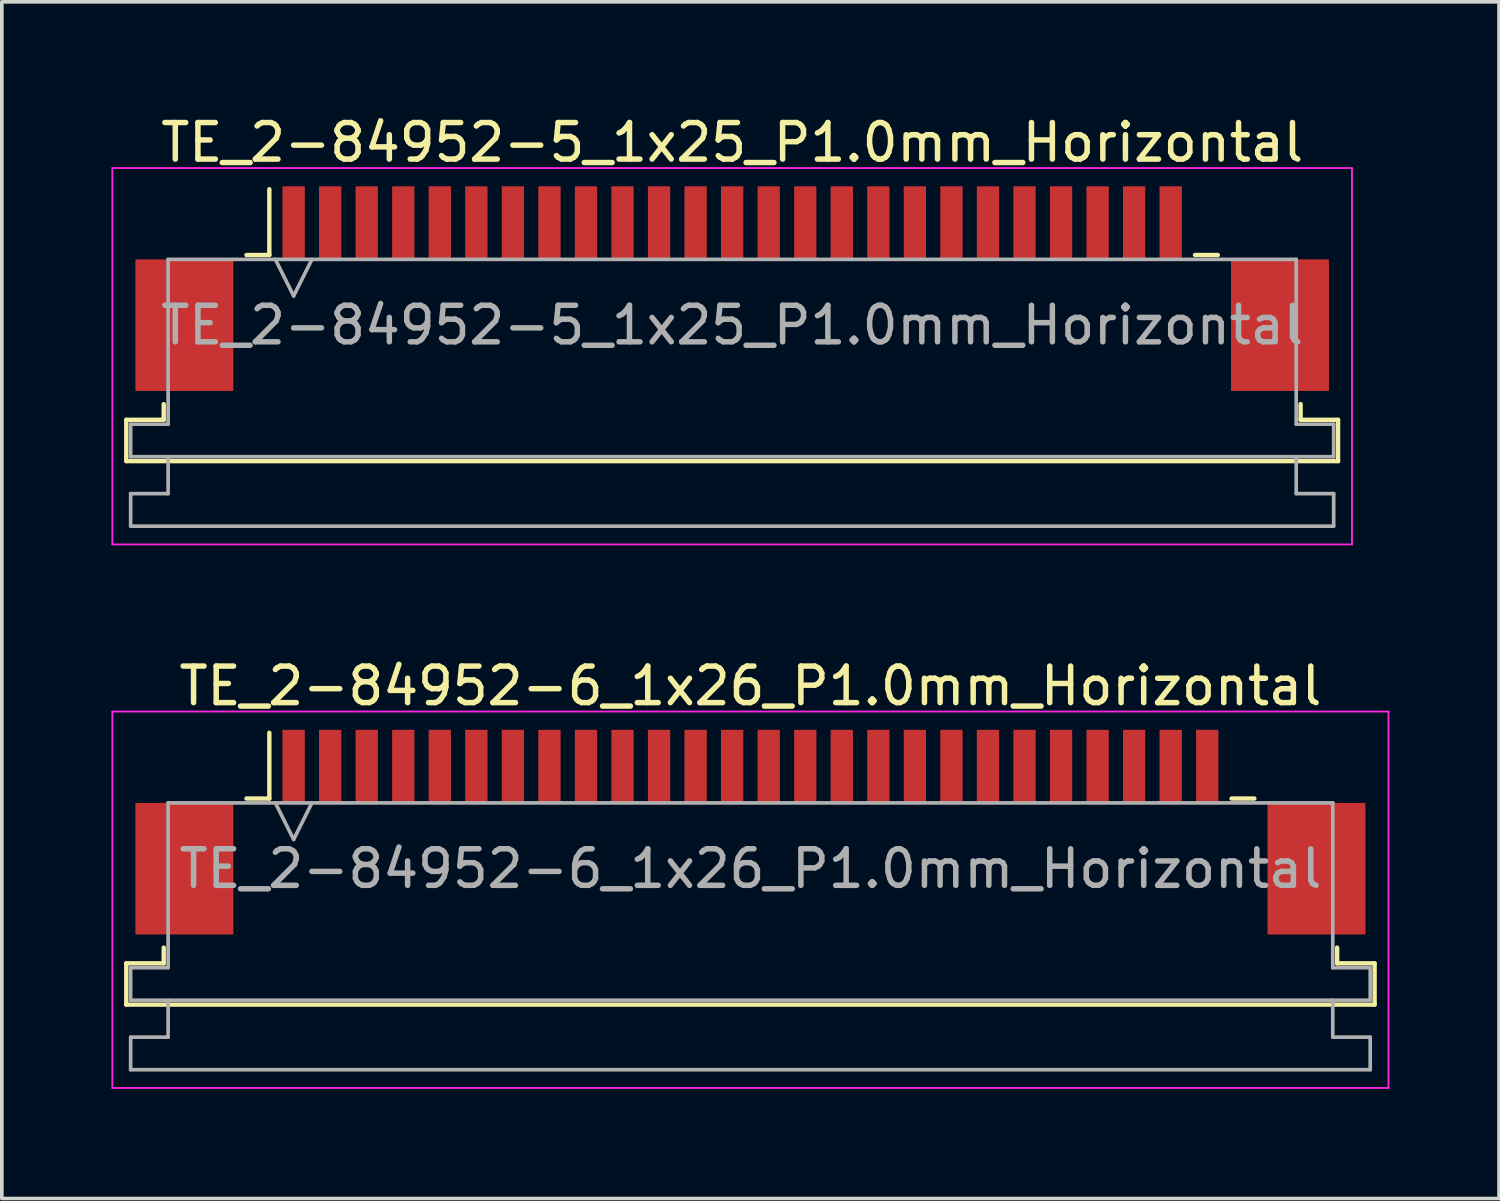
<source format=kicad_pcb>
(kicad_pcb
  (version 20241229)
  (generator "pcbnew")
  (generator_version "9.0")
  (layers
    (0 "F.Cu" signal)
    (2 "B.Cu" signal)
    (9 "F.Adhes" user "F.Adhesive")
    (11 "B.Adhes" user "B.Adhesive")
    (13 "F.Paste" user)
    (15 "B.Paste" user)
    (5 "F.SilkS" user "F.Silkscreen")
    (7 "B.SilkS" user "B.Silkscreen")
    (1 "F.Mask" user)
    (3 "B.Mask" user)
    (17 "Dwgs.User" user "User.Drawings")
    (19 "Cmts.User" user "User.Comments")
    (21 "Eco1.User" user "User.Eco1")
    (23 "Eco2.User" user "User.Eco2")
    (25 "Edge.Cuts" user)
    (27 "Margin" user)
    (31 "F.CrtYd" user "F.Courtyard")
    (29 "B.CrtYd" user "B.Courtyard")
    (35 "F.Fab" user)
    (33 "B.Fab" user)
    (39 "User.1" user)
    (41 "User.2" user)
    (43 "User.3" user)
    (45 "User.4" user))
  (footprint "TE_2-84952-6_1x26_P1.0mm_Horizontal"
    (layer "F.Cu")
    (at 17.485 19.721)
    (property "Reference" "TE_2-84952-6_1x26_P1.0mm_Horizontal" (at 0 -4 0) (layer "F.SilkS") (effects (font (size 1 1) (thickness 0.15))))
    (attr smd)
    (fp_line (start -17.08 3.59) (end -16.055 3.59) (stroke (width 0.12) (type solid)) (layer "F.SilkS"))
    (fp_line (start -17.08 4.72) (end -17.08 3.59) (stroke (width 0.12) (type solid)) (layer "F.SilkS"))
    (fp_line (start -16.055 3.59) (end -16.055 3.16) (stroke (width 0.12) (type solid)) (layer "F.SilkS"))
    (fp_line (start -13.79 -0.92) (end -13.165 -0.92) (stroke (width 0.12) (type solid)) (layer "F.SilkS"))
    (fp_line (start -13.165 -0.92) (end -13.165 -2.72) (stroke (width 0.12) (type solid)) (layer "F.SilkS"))
    (fp_line (start 13.165 -0.92) (end 13.79 -0.92) (stroke (width 0.12) (type solid)) (layer "F.SilkS"))
    (fp_line (start 16.055 3.16) (end 16.055 3.59) (stroke (width 0.12) (type solid)) (layer "F.SilkS"))
    (fp_line (start 16.055 3.59) (end 17.08 3.59) (stroke (width 0.12) (type solid)) (layer "F.SilkS"))
    (fp_line (start 17.08 3.59) (end 17.08 4.72) (stroke (width 0.12) (type solid)) (layer "F.SilkS"))
    (fp_line (start 17.08 4.72) (end -17.08 4.72) (stroke (width 0.12) (type solid)) (layer "F.SilkS"))
    (fp_line (start -17.46 -3.3) (end -17.46 7) (stroke (width 0.05) (type solid)) (layer "F.CrtYd"))
    (fp_line (start -17.46 7) (end 17.46 7) (stroke (width 0.05) (type solid)) (layer "F.CrtYd"))
    (fp_line (start 17.46 -3.3) (end -17.46 -3.3) (stroke (width 0.05) (type solid)) (layer "F.CrtYd"))
    (fp_line (start 17.46 7) (end 17.46 -3.3) (stroke (width 0.05) (type solid)) (layer "F.CrtYd"))
    (fp_line (start -16.96 3.71) (end -15.935 3.71) (stroke (width 0.1) (type solid)) (layer "F.Fab"))
    (fp_line (start -16.96 4.6) (end -16.96 3.71) (stroke (width 0.1) (type solid)) (layer "F.Fab"))
    (fp_line (start -16.96 5.61) (end -15.935 5.61) (stroke (width 0.1) (type solid)) (layer "F.Fab"))
    (fp_line (start -16.96 6.5) (end -16.96 5.61) (stroke (width 0.1) (type solid)) (layer "F.Fab"))
    (fp_line (start -15.935 -0.8) (end 15.935 -0.8) (stroke (width 0.1) (type solid)) (layer "F.Fab"))
    (fp_line (start -15.935 3.71) (end -15.935 -0.8) (stroke (width 0.1) (type solid)) (layer "F.Fab"))
    (fp_line (start -15.935 5.61) (end -15.935 4.6) (stroke (width 0.1) (type solid)) (layer "F.Fab"))
    (fp_line (start -13 -0.8) (end -12.5 0.2) (stroke (width 0.1) (type solid)) (layer "F.Fab"))
    (fp_line (start -12.5 0.2) (end -12 -0.8) (stroke (width 0.1) (type solid)) (layer "F.Fab"))
    (fp_line (start 15.935 -0.8) (end 15.935 3.71) (stroke (width 0.1) (type solid)) (layer "F.Fab"))
    (fp_line (start 15.935 3.71) (end 16.96 3.71) (stroke (width 0.1) (type solid)) (layer "F.Fab"))
    (fp_line (start 15.935 4.6) (end 15.935 5.61) (stroke (width 0.1) (type solid)) (layer "F.Fab"))
    (fp_line (start 15.935 5.61) (end 16.96 5.61) (stroke (width 0.1) (type solid)) (layer "F.Fab"))
    (fp_line (start 16.96 3.71) (end 16.96 4.6) (stroke (width 0.1) (type solid)) (layer "F.Fab"))
    (fp_line (start 16.96 4.6) (end -16.96 4.6) (stroke (width 0.1) (type solid)) (layer "F.Fab"))
    (fp_line (start 16.96 5.61) (end 16.96 6.5) (stroke (width 0.1) (type solid)) (layer "F.Fab"))
    (fp_line (start 16.96 6.5) (end -16.96 6.5) (stroke (width 0.1) (type solid)) (layer "F.Fab"))
    (fp_text user "${REFERENCE}" (at 0 1 0) (layer "F.Fab") (effects (font (size 1 1) (thickness 0.15))))
    (pad "" smd rect (at -15.49 1) (size 2.68 3.6) (layers "F.Cu" "F.Mask" "F.Paste"))
    (pad "" smd rect (at 15.49 1) (size 2.68 3.6) (layers "F.Cu" "F.Mask" "F.Paste"))
    (pad "1" smd rect (at -12.5 -1.8) (size 0.61 2) (layers "F.Cu" "F.Mask" "F.Paste"))
    (pad "2" smd rect (at -11.5 -1.8) (size 0.61 2) (layers "F.Cu" "F.Mask" "F.Paste"))
    (pad "3" smd rect (at -10.5 -1.8) (size 0.61 2) (layers "F.Cu" "F.Mask" "F.Paste"))
    (pad "4" smd rect (at -9.5 -1.8) (size 0.61 2) (layers "F.Cu" "F.Mask" "F.Paste"))
    (pad "5" smd rect (at -8.5 -1.8) (size 0.61 2) (layers "F.Cu" "F.Mask" "F.Paste"))
    (pad "6" smd rect (at -7.5 -1.8) (size 0.61 2) (layers "F.Cu" "F.Mask" "F.Paste"))
    (pad "7" smd rect (at -6.5 -1.8) (size 0.61 2) (layers "F.Cu" "F.Mask" "F.Paste"))
    (pad "8" smd rect (at -5.5 -1.8) (size 0.61 2) (layers "F.Cu" "F.Mask" "F.Paste"))
    (pad "9" smd rect (at -4.5 -1.8) (size 0.61 2) (layers "F.Cu" "F.Mask" "F.Paste"))
    (pad "10" smd rect (at -3.5 -1.8) (size 0.61 2) (layers "F.Cu" "F.Mask" "F.Paste"))
    (pad "11" smd rect (at -2.5 -1.8) (size 0.61 2) (layers "F.Cu" "F.Mask" "F.Paste"))
    (pad "12" smd rect (at -1.5 -1.8) (size 0.61 2) (layers "F.Cu" "F.Mask" "F.Paste"))
    (pad "13" smd rect (at -0.5 -1.8) (size 0.61 2) (layers "F.Cu" "F.Mask" "F.Paste"))
    (pad "14" smd rect (at 0.5 -1.8) (size 0.61 2) (layers "F.Cu" "F.Mask" "F.Paste"))
    (pad "15" smd rect (at 1.5 -1.8) (size 0.61 2) (layers "F.Cu" "F.Mask" "F.Paste"))
    (pad "16" smd rect (at 2.5 -1.8) (size 0.61 2) (layers "F.Cu" "F.Mask" "F.Paste"))
    (pad "17" smd rect (at 3.5 -1.8) (size 0.61 2) (layers "F.Cu" "F.Mask" "F.Paste"))
    (pad "18" smd rect (at 4.5 -1.8) (size 0.61 2) (layers "F.Cu" "F.Mask" "F.Paste"))
    (pad "19" smd rect (at 5.5 -1.8) (size 0.61 2) (layers "F.Cu" "F.Mask" "F.Paste"))
    (pad "20" smd rect (at 6.5 -1.8) (size 0.61 2) (layers "F.Cu" "F.Mask" "F.Paste"))
    (pad "21" smd rect (at 7.5 -1.8) (size 0.61 2) (layers "F.Cu" "F.Mask" "F.Paste"))
    (pad "22" smd rect (at 8.5 -1.8) (size 0.61 2) (layers "F.Cu" "F.Mask" "F.Paste"))
    (pad "23" smd rect (at 9.5 -1.8) (size 0.61 2) (layers "F.Cu" "F.Mask" "F.Paste"))
    (pad "24" smd rect (at 10.5 -1.8) (size 0.61 2) (layers "F.Cu" "F.Mask" "F.Paste"))
    (pad "25" smd rect (at 11.5 -1.8) (size 0.61 2) (layers "F.Cu" "F.Mask" "F.Paste"))
    (pad "26" smd rect (at 12.5 -1.8) (size 0.61 2) (layers "F.Cu" "F.Mask" "F.Paste")))
  (footprint "TE_2-84952-5_1x25_P1.0mm_Horizontal"
    (layer "F.Cu")
    (at 16.985 4.848)
    (property "Reference" "TE_2-84952-5_1x25_P1.0mm_Horizontal" (at 0 -4 0) (layer "F.SilkS") (effects (font (size 1 1) (thickness 0.15))))
    (attr smd)
    (fp_line (start -16.58 3.59) (end -15.555 3.59) (stroke (width 0.12) (type solid)) (layer "F.SilkS"))
    (fp_line (start -16.58 4.72) (end -16.58 3.59) (stroke (width 0.12) (type solid)) (layer "F.SilkS"))
    (fp_line (start -15.555 3.59) (end -15.555 3.16) (stroke (width 0.12) (type solid)) (layer "F.SilkS"))
    (fp_line (start -13.29 -0.92) (end -12.665 -0.92) (stroke (width 0.12) (type solid)) (layer "F.SilkS"))
    (fp_line (start -12.665 -0.92) (end -12.665 -2.72) (stroke (width 0.12) (type solid)) (layer "F.SilkS"))
    (fp_line (start 12.665 -0.92) (end 13.29 -0.92) (stroke (width 0.12) (type solid)) (layer "F.SilkS"))
    (fp_line (start 15.555 3.16) (end 15.555 3.59) (stroke (width 0.12) (type solid)) (layer "F.SilkS"))
    (fp_line (start 15.555 3.59) (end 16.58 3.59) (stroke (width 0.12) (type solid)) (layer "F.SilkS"))
    (fp_line (start 16.58 3.59) (end 16.58 4.72) (stroke (width 0.12) (type solid)) (layer "F.SilkS"))
    (fp_line (start 16.58 4.72) (end -16.58 4.72) (stroke (width 0.12) (type solid)) (layer "F.SilkS"))
    (fp_line (start -16.96 -3.3) (end -16.96 7) (stroke (width 0.05) (type solid)) (layer "F.CrtYd"))
    (fp_line (start -16.96 7) (end 16.96 7) (stroke (width 0.05) (type solid)) (layer "F.CrtYd"))
    (fp_line (start 16.96 -3.3) (end -16.96 -3.3) (stroke (width 0.05) (type solid)) (layer "F.CrtYd"))
    (fp_line (start 16.96 7) (end 16.96 -3.3) (stroke (width 0.05) (type solid)) (layer "F.CrtYd"))
    (fp_line (start -16.46 3.71) (end -15.435 3.71) (stroke (width 0.1) (type solid)) (layer "F.Fab"))
    (fp_line (start -16.46 4.6) (end -16.46 3.71) (stroke (width 0.1) (type solid)) (layer "F.Fab"))
    (fp_line (start -16.46 5.61) (end -15.435 5.61) (stroke (width 0.1) (type solid)) (layer "F.Fab"))
    (fp_line (start -16.46 6.5) (end -16.46 5.61) (stroke (width 0.1) (type solid)) (layer "F.Fab"))
    (fp_line (start -15.435 -0.8) (end 15.435 -0.8) (stroke (width 0.1) (type solid)) (layer "F.Fab"))
    (fp_line (start -15.435 3.71) (end -15.435 -0.8) (stroke (width 0.1) (type solid)) (layer "F.Fab"))
    (fp_line (start -15.435 5.61) (end -15.435 4.6) (stroke (width 0.1) (type solid)) (layer "F.Fab"))
    (fp_line (start -12.5 -0.8) (end -12 0.2) (stroke (width 0.1) (type solid)) (layer "F.Fab"))
    (fp_line (start -12 0.2) (end -11.5 -0.8) (stroke (width 0.1) (type solid)) (layer "F.Fab"))
    (fp_line (start 15.435 -0.8) (end 15.435 3.71) (stroke (width 0.1) (type solid)) (layer "F.Fab"))
    (fp_line (start 15.435 3.71) (end 16.46 3.71) (stroke (width 0.1) (type solid)) (layer "F.Fab"))
    (fp_line (start 15.435 4.6) (end 15.435 5.61) (stroke (width 0.1) (type solid)) (layer "F.Fab"))
    (fp_line (start 15.435 5.61) (end 16.46 5.61) (stroke (width 0.1) (type solid)) (layer "F.Fab"))
    (fp_line (start 16.46 3.71) (end 16.46 4.6) (stroke (width 0.1) (type solid)) (layer "F.Fab"))
    (fp_line (start 16.46 4.6) (end -16.46 4.6) (stroke (width 0.1) (type solid)) (layer "F.Fab"))
    (fp_line (start 16.46 5.61) (end 16.46 6.5) (stroke (width 0.1) (type solid)) (layer "F.Fab"))
    (fp_line (start 16.46 6.5) (end -16.46 6.5) (stroke (width 0.1) (type solid)) (layer "F.Fab"))
    (fp_text user "${REFERENCE}" (at 0 1 0) (layer "F.Fab") (effects (font (size 1 1) (thickness 0.15))))
    (pad "" smd rect (at -14.99 1) (size 2.68 3.6) (layers "F.Cu" "F.Mask" "F.Paste"))
    (pad "" smd rect (at 14.99 1) (size 2.68 3.6) (layers "F.Cu" "F.Mask" "F.Paste"))
    (pad "1" smd rect (at -12 -1.8) (size 0.61 2) (layers "F.Cu" "F.Mask" "F.Paste"))
    (pad "2" smd rect (at -11 -1.8) (size 0.61 2) (layers "F.Cu" "F.Mask" "F.Paste"))
    (pad "3" smd rect (at -10 -1.8) (size 0.61 2) (layers "F.Cu" "F.Mask" "F.Paste"))
    (pad "4" smd rect (at -9 -1.8) (size 0.61 2) (layers "F.Cu" "F.Mask" "F.Paste"))
    (pad "5" smd rect (at -8 -1.8) (size 0.61 2) (layers "F.Cu" "F.Mask" "F.Paste"))
    (pad "6" smd rect (at -7 -1.8) (size 0.61 2) (layers "F.Cu" "F.Mask" "F.Paste"))
    (pad "7" smd rect (at -6 -1.8) (size 0.61 2) (layers "F.Cu" "F.Mask" "F.Paste"))
    (pad "8" smd rect (at -5 -1.8) (size 0.61 2) (layers "F.Cu" "F.Mask" "F.Paste"))
    (pad "9" smd rect (at -4 -1.8) (size 0.61 2) (layers "F.Cu" "F.Mask" "F.Paste"))
    (pad "10" smd rect (at -3 -1.8) (size 0.61 2) (layers "F.Cu" "F.Mask" "F.Paste"))
    (pad "11" smd rect (at -2 -1.8) (size 0.61 2) (layers "F.Cu" "F.Mask" "F.Paste"))
    (pad "12" smd rect (at -1 -1.8) (size 0.61 2) (layers "F.Cu" "F.Mask" "F.Paste"))
    (pad "13" smd rect (at 0 -1.8) (size 0.61 2) (layers "F.Cu" "F.Mask" "F.Paste"))
    (pad "14" smd rect (at 1 -1.8) (size 0.61 2) (layers "F.Cu" "F.Mask" "F.Paste"))
    (pad "15" smd rect (at 2 -1.8) (size 0.61 2) (layers "F.Cu" "F.Mask" "F.Paste"))
    (pad "16" smd rect (at 3 -1.8) (size 0.61 2) (layers "F.Cu" "F.Mask" "F.Paste"))
    (pad "17" smd rect (at 4 -1.8) (size 0.61 2) (layers "F.Cu" "F.Mask" "F.Paste"))
    (pad "18" smd rect (at 5 -1.8) (size 0.61 2) (layers "F.Cu" "F.Mask" "F.Paste"))
    (pad "19" smd rect (at 6 -1.8) (size 0.61 2) (layers "F.Cu" "F.Mask" "F.Paste"))
    (pad "20" smd rect (at 7 -1.8) (size 0.61 2) (layers "F.Cu" "F.Mask" "F.Paste"))
    (pad "21" smd rect (at 8 -1.8) (size 0.61 2) (layers "F.Cu" "F.Mask" "F.Paste"))
    (pad "22" smd rect (at 9 -1.8) (size 0.61 2) (layers "F.Cu" "F.Mask" "F.Paste"))
    (pad "23" smd rect (at 10 -1.8) (size 0.61 2) (layers "F.Cu" "F.Mask" "F.Paste"))
    (pad "24" smd rect (at 11 -1.8) (size 0.61 2) (layers "F.Cu" "F.Mask" "F.Paste"))
    (pad "25" smd rect (at 12 -1.8) (size 0.61 2) (layers "F.Cu" "F.Mask" "F.Paste")))
  (gr_rect
    (start -3 -3)
    (end 37.97 29.747)
    (stroke (width 0.1) (type default))
    (fill no)
    (layer "Edge.Cuts")))
</source>
